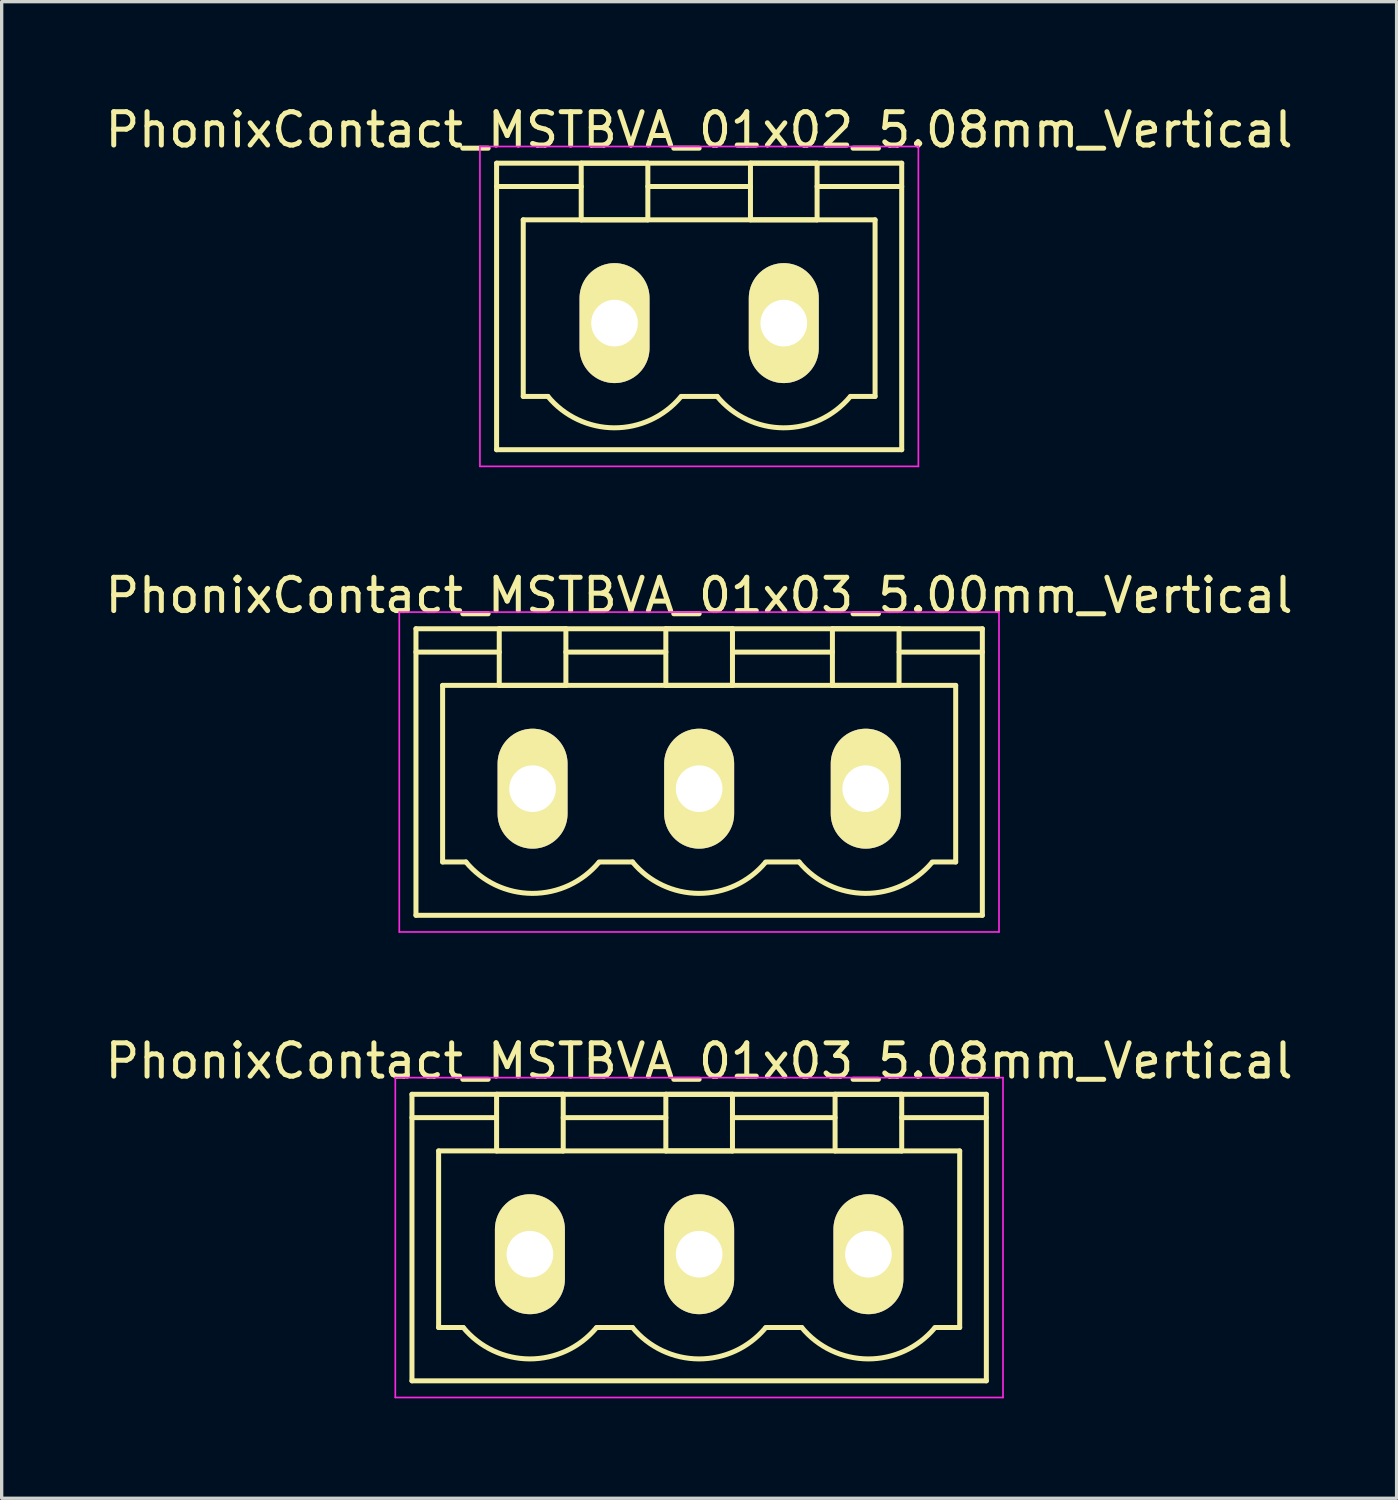
<source format=kicad_pcb>
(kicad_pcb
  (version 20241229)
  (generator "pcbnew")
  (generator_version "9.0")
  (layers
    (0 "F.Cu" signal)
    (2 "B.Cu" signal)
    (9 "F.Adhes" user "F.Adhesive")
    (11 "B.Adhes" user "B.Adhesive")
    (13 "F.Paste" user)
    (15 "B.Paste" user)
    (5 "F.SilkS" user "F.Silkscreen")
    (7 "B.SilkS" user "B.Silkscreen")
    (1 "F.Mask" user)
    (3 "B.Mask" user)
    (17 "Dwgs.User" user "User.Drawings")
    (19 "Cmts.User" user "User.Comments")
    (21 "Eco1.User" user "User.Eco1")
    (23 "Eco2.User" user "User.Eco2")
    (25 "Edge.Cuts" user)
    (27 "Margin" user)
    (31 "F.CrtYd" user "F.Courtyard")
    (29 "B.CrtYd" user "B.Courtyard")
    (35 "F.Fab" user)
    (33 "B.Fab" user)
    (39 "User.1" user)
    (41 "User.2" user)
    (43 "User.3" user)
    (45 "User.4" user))
  (footprint "PhonixContact_MSTBVA_01x02_5.08mm_Vertical"
    (layer "F.Cu")
    (at 15.395 6.648)
    (property "Reference" "PhonixContact_MSTBVA_01x02_5.08mm_Vertical" (at 2.54 -5.8 0) (layer "F.SilkS") (effects (font (size 1 1) (thickness 0.15))))
    (attr through_hole)
    (fp_line (start -3.54 -4.8) (end -3.54 3.8) (stroke (width 0.15) (type solid)) (layer "F.SilkS"))
    (fp_line (start -3.54 -4.1) (end -1 -4.1) (stroke (width 0.15) (type solid)) (layer "F.SilkS"))
    (fp_line (start -3.54 3.8) (end 8.62 3.8) (stroke (width 0.15) (type solid)) (layer "F.SilkS"))
    (fp_line (start -2.74 -3.1) (end 7.82 -3.1) (stroke (width 0.15) (type solid)) (layer "F.SilkS"))
    (fp_line (start -2.74 2.2) (end -2.74 -3.1) (stroke (width 0.15) (type solid)) (layer "F.SilkS"))
    (fp_line (start -2 2.2) (end -2.74 2.2) (stroke (width 0.15) (type solid)) (layer "F.SilkS"))
    (fp_line (start -1 -4.8) (end 1 -4.8) (stroke (width 0.15) (type solid)) (layer "F.SilkS"))
    (fp_line (start -1 -3.1) (end -1 -4.8) (stroke (width 0.15) (type solid)) (layer "F.SilkS"))
    (fp_line (start 1 -4.8) (end 1 -3.1) (stroke (width 0.15) (type solid)) (layer "F.SilkS"))
    (fp_line (start 1 -4.1) (end 4.08 -4.1) (stroke (width 0.15) (type solid)) (layer "F.SilkS"))
    (fp_line (start 1 -3.1) (end -1 -3.1) (stroke (width 0.15) (type solid)) (layer "F.SilkS"))
    (fp_line (start 2 2.2) (end 3.08 2.2) (stroke (width 0.15) (type solid)) (layer "F.SilkS"))
    (fp_line (start 4.08 -4.8) (end 6.08 -4.8) (stroke (width 0.15) (type solid)) (layer "F.SilkS"))
    (fp_line (start 4.08 -3.1) (end 4.08 -4.8) (stroke (width 0.15) (type solid)) (layer "F.SilkS"))
    (fp_line (start 6.08 -4.8) (end 6.08 -3.1) (stroke (width 0.15) (type solid)) (layer "F.SilkS"))
    (fp_line (start 6.08 -3.1) (end 4.08 -3.1) (stroke (width 0.15) (type solid)) (layer "F.SilkS"))
    (fp_line (start 7.82 -3.1) (end 7.82 2.2) (stroke (width 0.15) (type solid)) (layer "F.SilkS"))
    (fp_line (start 7.82 2.2) (end 7.08 2.2) (stroke (width 0.15) (type solid)) (layer "F.SilkS"))
    (fp_line (start 8.62 -4.8) (end -3.54 -4.8) (stroke (width 0.15) (type solid)) (layer "F.SilkS"))
    (fp_line (start 8.62 -4.1) (end 6.08 -4.1) (stroke (width 0.15) (type solid)) (layer "F.SilkS"))
    (fp_line (start 8.62 3.8) (end 8.62 -4.8) (stroke (width 0.15) (type solid)) (layer "F.SilkS"))
    (fp_arc (start 1.986842 2.215821) (mid -0.010289 3.142758) (end -2 2.2) (stroke (width 0.15) (type solid)) (layer "F.SilkS"))
    (fp_arc (start 7.066842 2.215821) (mid 5.069711 3.142758) (end 3.08 2.2) (stroke (width 0.15) (type solid)) (layer "F.SilkS"))
    (fp_line (start -4.04 -5.3) (end -4.04 4.3) (stroke (width 0.05) (type solid)) (layer "F.CrtYd"))
    (fp_line (start -4.04 4.3) (end 9.12 4.3) (stroke (width 0.05) (type solid)) (layer "F.CrtYd"))
    (fp_line (start 9.12 -5.3) (end -4.04 -5.3) (stroke (width 0.05) (type solid)) (layer "F.CrtYd"))
    (fp_line (start 9.12 4.3) (end 9.12 -5.3) (stroke (width 0.05) (type solid)) (layer "F.CrtYd"))
    (pad "1" thru_hole oval (at 0 0) (size 2.1 3.6) (drill 1.4) (layers "*.Cu" "*.Mask" "F.SilkS"))
    (pad "2" thru_hole oval (at 5.08 0) (size 2.1 3.6) (drill 1.4) (layers "*.Cu" "*.Mask" "F.SilkS")))
  (footprint "PhonixContact_MSTBVA_01x03_5.00mm_Vertical"
    (layer "F.Cu")
    (at 12.935 20.622)
    (property "Reference" "PhonixContact_MSTBVA_01x03_5.00mm_Vertical" (at 5 -5.8 0) (layer "F.SilkS") (effects (font (size 1 1) (thickness 0.15))))
    (attr through_hole)
    (fp_line (start -3.5 -4.8) (end -3.5 3.8) (stroke (width 0.15) (type solid)) (layer "F.SilkS"))
    (fp_line (start -3.5 -4.1) (end -1 -4.1) (stroke (width 0.15) (type solid)) (layer "F.SilkS"))
    (fp_line (start -3.5 3.8) (end 13.5 3.8) (stroke (width 0.15) (type solid)) (layer "F.SilkS"))
    (fp_line (start -2.7 -3.1) (end 12.7 -3.1) (stroke (width 0.15) (type solid)) (layer "F.SilkS"))
    (fp_line (start -2.7 2.2) (end -2.7 -3.1) (stroke (width 0.15) (type solid)) (layer "F.SilkS"))
    (fp_line (start -2 2.2) (end -2.7 2.2) (stroke (width 0.15) (type solid)) (layer "F.SilkS"))
    (fp_line (start -1 -4.8) (end 1 -4.8) (stroke (width 0.15) (type solid)) (layer "F.SilkS"))
    (fp_line (start -1 -3.1) (end -1 -4.8) (stroke (width 0.15) (type solid)) (layer "F.SilkS"))
    (fp_line (start 1 -4.8) (end 1 -3.1) (stroke (width 0.15) (type solid)) (layer "F.SilkS"))
    (fp_line (start 1 -4.1) (end 4 -4.1) (stroke (width 0.15) (type solid)) (layer "F.SilkS"))
    (fp_line (start 1 -3.1) (end -1 -3.1) (stroke (width 0.15) (type solid)) (layer "F.SilkS"))
    (fp_line (start 2 2.2) (end 3 2.2) (stroke (width 0.15) (type solid)) (layer "F.SilkS"))
    (fp_line (start 4 -4.8) (end 6 -4.8) (stroke (width 0.15) (type solid)) (layer "F.SilkS"))
    (fp_line (start 4 -3.1) (end 4 -4.8) (stroke (width 0.15) (type solid)) (layer "F.SilkS"))
    (fp_line (start 6 -4.8) (end 6 -3.1) (stroke (width 0.15) (type solid)) (layer "F.SilkS"))
    (fp_line (start 6 -4.1) (end 9 -4.1) (stroke (width 0.15) (type solid)) (layer "F.SilkS"))
    (fp_line (start 6 -3.1) (end 4 -3.1) (stroke (width 0.15) (type solid)) (layer "F.SilkS"))
    (fp_line (start 7 2.2) (end 8 2.2) (stroke (width 0.15) (type solid)) (layer "F.SilkS"))
    (fp_line (start 9 -4.8) (end 11 -4.8) (stroke (width 0.15) (type solid)) (layer "F.SilkS"))
    (fp_line (start 9 -3.1) (end 9 -4.8) (stroke (width 0.15) (type solid)) (layer "F.SilkS"))
    (fp_line (start 11 -4.8) (end 11 -3.1) (stroke (width 0.15) (type solid)) (layer "F.SilkS"))
    (fp_line (start 11 -3.1) (end 9 -3.1) (stroke (width 0.15) (type solid)) (layer "F.SilkS"))
    (fp_line (start 12.7 -3.1) (end 12.7 2.2) (stroke (width 0.15) (type solid)) (layer "F.SilkS"))
    (fp_line (start 12.7 2.2) (end 12 2.2) (stroke (width 0.15) (type solid)) (layer "F.SilkS"))
    (fp_line (start 13.5 -4.8) (end -3.5 -4.8) (stroke (width 0.15) (type solid)) (layer "F.SilkS"))
    (fp_line (start 13.5 -4.1) (end 11 -4.1) (stroke (width 0.15) (type solid)) (layer "F.SilkS"))
    (fp_line (start 13.5 3.8) (end 13.5 -4.8) (stroke (width 0.15) (type solid)) (layer "F.SilkS"))
    (fp_arc (start 1.986842 2.215821) (mid -0.010289 3.142758) (end -2 2.2) (stroke (width 0.15) (type solid)) (layer "F.SilkS"))
    (fp_arc (start 6.986842 2.215821) (mid 4.989711 3.142758) (end 3 2.2) (stroke (width 0.15) (type solid)) (layer "F.SilkS"))
    (fp_arc (start 11.986842 2.215821) (mid 9.989711 3.142758) (end 8 2.2) (stroke (width 0.15) (type solid)) (layer "F.SilkS"))
    (fp_line (start -4 -5.3) (end -4 4.3) (stroke (width 0.05) (type solid)) (layer "F.CrtYd"))
    (fp_line (start -4 4.3) (end 14 4.3) (stroke (width 0.05) (type solid)) (layer "F.CrtYd"))
    (fp_line (start 14 -5.3) (end -4 -5.3) (stroke (width 0.05) (type solid)) (layer "F.CrtYd"))
    (fp_line (start 14 4.3) (end 14 -5.3) (stroke (width 0.05) (type solid)) (layer "F.CrtYd"))
    (pad "1" thru_hole oval (at 0 0) (size 2.1 3.6) (drill 1.4) (layers "*.Cu" "*.Mask" "F.SilkS"))
    (pad "2" thru_hole oval (at 5 0) (size 2.1 3.6) (drill 1.4) (layers "*.Cu" "*.Mask" "F.SilkS"))
    (pad "3" thru_hole oval (at 10 0) (size 2.1 3.6) (drill 1.4) (layers "*.Cu" "*.Mask" "F.SilkS")))
  (footprint "PhonixContact_MSTBVA_01x03_5.08mm_Vertical"
    (layer "F.Cu")
    (at 12.855 34.595)
    (property "Reference" "PhonixContact_MSTBVA_01x03_5.08mm_Vertical" (at 5.08 -5.8 0) (layer "F.SilkS") (effects (font (size 1 1) (thickness 0.15))))
    (attr through_hole)
    (fp_line (start -3.54 -4.8) (end -3.54 3.8) (stroke (width 0.15) (type solid)) (layer "F.SilkS"))
    (fp_line (start -3.54 -4.1) (end -1 -4.1) (stroke (width 0.15) (type solid)) (layer "F.SilkS"))
    (fp_line (start -3.54 3.8) (end 13.7 3.8) (stroke (width 0.15) (type solid)) (layer "F.SilkS"))
    (fp_line (start -2.74 -3.1) (end 12.9 -3.1) (stroke (width 0.15) (type solid)) (layer "F.SilkS"))
    (fp_line (start -2.74 2.2) (end -2.74 -3.1) (stroke (width 0.15) (type solid)) (layer "F.SilkS"))
    (fp_line (start -2 2.2) (end -2.74 2.2) (stroke (width 0.15) (type solid)) (layer "F.SilkS"))
    (fp_line (start -1 -4.8) (end 1 -4.8) (stroke (width 0.15) (type solid)) (layer "F.SilkS"))
    (fp_line (start -1 -3.1) (end -1 -4.8) (stroke (width 0.15) (type solid)) (layer "F.SilkS"))
    (fp_line (start 1 -4.8) (end 1 -3.1) (stroke (width 0.15) (type solid)) (layer "F.SilkS"))
    (fp_line (start 1 -4.1) (end 4.08 -4.1) (stroke (width 0.15) (type solid)) (layer "F.SilkS"))
    (fp_line (start 1 -3.1) (end -1 -3.1) (stroke (width 0.15) (type solid)) (layer "F.SilkS"))
    (fp_line (start 2 2.2) (end 3.08 2.2) (stroke (width 0.15) (type solid)) (layer "F.SilkS"))
    (fp_line (start 4.08 -4.8) (end 6.08 -4.8) (stroke (width 0.15) (type solid)) (layer "F.SilkS"))
    (fp_line (start 4.08 -3.1) (end 4.08 -4.8) (stroke (width 0.15) (type solid)) (layer "F.SilkS"))
    (fp_line (start 6.08 -4.8) (end 6.08 -3.1) (stroke (width 0.15) (type solid)) (layer "F.SilkS"))
    (fp_line (start 6.08 -4.1) (end 9.16 -4.1) (stroke (width 0.15) (type solid)) (layer "F.SilkS"))
    (fp_line (start 6.08 -3.1) (end 4.08 -3.1) (stroke (width 0.15) (type solid)) (layer "F.SilkS"))
    (fp_line (start 7.08 2.2) (end 8.16 2.2) (stroke (width 0.15) (type solid)) (layer "F.SilkS"))
    (fp_line (start 9.16 -4.8) (end 11.16 -4.8) (stroke (width 0.15) (type solid)) (layer "F.SilkS"))
    (fp_line (start 9.16 -3.1) (end 9.16 -4.8) (stroke (width 0.15) (type solid)) (layer "F.SilkS"))
    (fp_line (start 11.16 -4.8) (end 11.16 -3.1) (stroke (width 0.15) (type solid)) (layer "F.SilkS"))
    (fp_line (start 11.16 -3.1) (end 9.16 -3.1) (stroke (width 0.15) (type solid)) (layer "F.SilkS"))
    (fp_line (start 12.9 -3.1) (end 12.9 2.2) (stroke (width 0.15) (type solid)) (layer "F.SilkS"))
    (fp_line (start 12.9 2.2) (end 12.16 2.2) (stroke (width 0.15) (type solid)) (layer "F.SilkS"))
    (fp_line (start 13.7 -4.8) (end -3.54 -4.8) (stroke (width 0.15) (type solid)) (layer "F.SilkS"))
    (fp_line (start 13.7 -4.1) (end 11.16 -4.1) (stroke (width 0.15) (type solid)) (layer "F.SilkS"))
    (fp_line (start 13.7 3.8) (end 13.7 -4.8) (stroke (width 0.15) (type solid)) (layer "F.SilkS"))
    (fp_arc (start 1.986842 2.215821) (mid -0.010289 3.142758) (end -2 2.2) (stroke (width 0.15) (type solid)) (layer "F.SilkS"))
    (fp_arc (start 7.066842 2.215821) (mid 5.069711 3.142758) (end 3.08 2.2) (stroke (width 0.15) (type solid)) (layer "F.SilkS"))
    (fp_arc (start 12.146842 2.215821) (mid 10.149711 3.142758) (end 8.16 2.2) (stroke (width 0.15) (type solid)) (layer "F.SilkS"))
    (fp_line (start -4.04 -5.3) (end -4.04 4.3) (stroke (width 0.05) (type solid)) (layer "F.CrtYd"))
    (fp_line (start -4.04 4.3) (end 14.2 4.3) (stroke (width 0.05) (type solid)) (layer "F.CrtYd"))
    (fp_line (start 14.2 -5.3) (end -4.04 -5.3) (stroke (width 0.05) (type solid)) (layer "F.CrtYd"))
    (fp_line (start 14.2 4.3) (end 14.2 -5.3) (stroke (width 0.05) (type solid)) (layer "F.CrtYd"))
    (pad "1" thru_hole oval (at 0 0) (size 2.1 3.6) (drill 1.4) (layers "*.Cu" "*.Mask" "F.SilkS"))
    (pad "2" thru_hole oval (at 5.08 0) (size 2.1 3.6) (drill 1.4) (layers "*.Cu" "*.Mask" "F.SilkS"))
    (pad "3" thru_hole oval (at 10.16 0) (size 2.1 3.6) (drill 1.4) (layers "*.Cu" "*.Mask" "F.SilkS")))
  (gr_rect
    (start -3 -3)
    (end 38.869 41.92)
    (stroke (width 0.1) (type default))
    (fill no)
    (layer "Edge.Cuts")))
</source>
